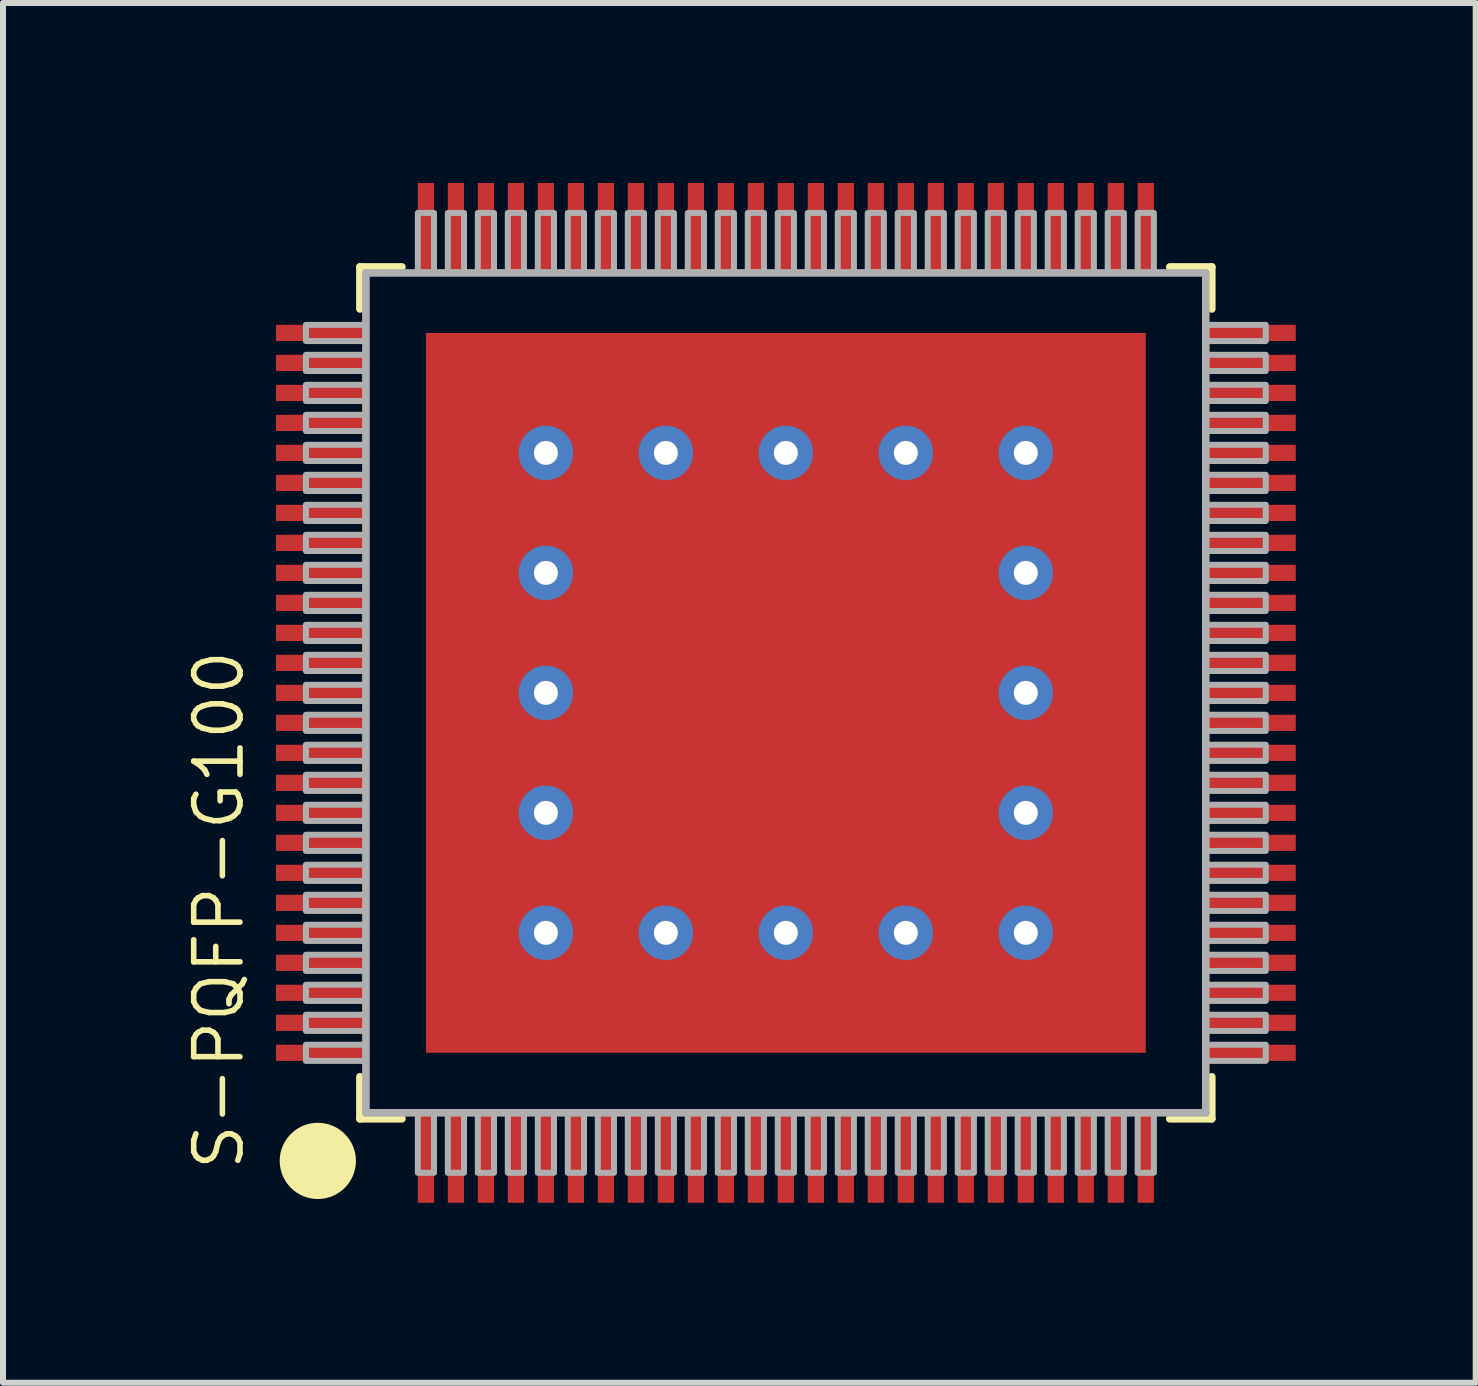
<source format=kicad_pcb>
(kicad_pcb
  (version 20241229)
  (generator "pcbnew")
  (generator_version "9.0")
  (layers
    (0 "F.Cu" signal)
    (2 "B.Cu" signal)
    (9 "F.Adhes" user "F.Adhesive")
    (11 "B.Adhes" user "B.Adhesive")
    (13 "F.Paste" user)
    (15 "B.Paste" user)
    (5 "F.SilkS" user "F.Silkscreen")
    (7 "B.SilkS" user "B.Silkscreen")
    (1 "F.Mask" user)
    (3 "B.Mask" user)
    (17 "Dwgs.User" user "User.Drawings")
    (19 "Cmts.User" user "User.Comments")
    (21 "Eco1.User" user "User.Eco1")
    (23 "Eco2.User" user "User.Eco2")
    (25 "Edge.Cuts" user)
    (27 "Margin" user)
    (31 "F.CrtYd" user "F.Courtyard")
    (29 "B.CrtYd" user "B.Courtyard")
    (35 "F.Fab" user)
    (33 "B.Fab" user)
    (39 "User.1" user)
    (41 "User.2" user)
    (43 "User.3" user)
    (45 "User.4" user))
  (footprint "S-PQFP-G100"
    (layer "F.Cu")
    (at 10.05 8.5)
    (property "Reference" "S-PQFP-G100" (at -9 8 90) (layer "F.SilkS") (effects (font (size 0.772 0.772) (thickness 0.093)) (justify left bottom)))
    (attr through_hole)
    (fp_poly (pts (xy -2.6 2.6) (xy 2.6 2.6) (xy 2.6 -2.6) (xy -2.6 -2.6)) (stroke (width 0) (type solid)) (fill yes) (layer "F.Mask"))
    (fp_line (start -7.1 -7.1) (end -7.1 -6.4) (stroke (width 0.127) (type solid)) (layer "F.SilkS"))
    (fp_line (start -7.1 6.4) (end -7.1 7.1) (stroke (width 0.127) (type solid)) (layer "F.SilkS"))
    (fp_line (start -7.1 7.1) (end -6.4 7.1) (stroke (width 0.127) (type solid)) (layer "F.SilkS"))
    (fp_line (start -6.4 -7.1) (end -7.1 -7.1) (stroke (width 0.127) (type solid)) (layer "F.SilkS"))
    (fp_line (start 6.4 -7.1) (end 7.1 -7.1) (stroke (width 0.127) (type solid)) (layer "F.SilkS"))
    (fp_line (start 6.4 7.1) (end 7.1 7.1) (stroke (width 0.127) (type solid)) (layer "F.SilkS"))
    (fp_line (start 7.1 -7.1) (end 7.1 -6.4) (stroke (width 0.127) (type solid)) (layer "F.SilkS"))
    (fp_line (start 7.1 7.1) (end 7.1 6.4) (stroke (width 0.127) (type solid)) (layer "F.SilkS"))
    (fp_circle (center -7.802 7.802) (end -7.484 7.802) (stroke (width 0.635) (type solid)) (fill no) (layer "F.SilkS"))
    (fp_poly (pts (xy -2.6 2.6) (xy 2.6 2.6) (xy 2.6 -2.6) (xy -2.6 -2.6)) (stroke (width 0) (type solid)) (fill yes) (layer "F.Paste"))
    (fp_line (start -7 -7) (end 7 -7) (stroke (width 0.127) (type solid)) (layer "F.Fab"))
    (fp_line (start -7 7) (end -7 -7) (stroke (width 0.127) (type solid)) (layer "F.Fab"))
    (fp_line (start 7 -7) (end 7 7) (stroke (width 0.127) (type solid)) (layer "F.Fab"))
    (fp_line (start 7 7) (end -7 7) (stroke (width 0.127) (type solid)) (layer "F.Fab"))
    (fp_poly (pts (xy -8 -5.865) (xy -7 -5.865) (xy -7 -6.135) (xy -8 -6.135)) (stroke (width 0.1) (type solid)) (fill no) (layer "F.Fab"))
    (fp_poly (pts (xy -8 -5.365) (xy -7 -5.365) (xy -7 -5.635) (xy -8 -5.635)) (stroke (width 0.1) (type solid)) (fill no) (layer "F.Fab"))
    (fp_poly (pts (xy -8 -4.865) (xy -7 -4.865) (xy -7 -5.135) (xy -8 -5.135)) (stroke (width 0.1) (type solid)) (fill no) (layer "F.Fab"))
    (fp_poly (pts (xy -8 -4.365) (xy -7 -4.365) (xy -7 -4.635) (xy -8 -4.635)) (stroke (width 0.1) (type solid)) (fill no) (layer "F.Fab"))
    (fp_poly (pts (xy -8 -3.865) (xy -7 -3.865) (xy -7 -4.135) (xy -8 -4.135)) (stroke (width 0.1) (type solid)) (fill no) (layer "F.Fab"))
    (fp_poly (pts (xy -8 -3.365) (xy -7 -3.365) (xy -7 -3.635) (xy -8 -3.635)) (stroke (width 0.1) (type solid)) (fill no) (layer "F.Fab"))
    (fp_poly (pts (xy -8 -2.865) (xy -7 -2.865) (xy -7 -3.135) (xy -8 -3.135)) (stroke (width 0.1) (type solid)) (fill no) (layer "F.Fab"))
    (fp_poly (pts (xy -8 -2.365) (xy -7 -2.365) (xy -7 -2.635) (xy -8 -2.635)) (stroke (width 0.1) (type solid)) (fill no) (layer "F.Fab"))
    (fp_poly (pts (xy -8 -1.865) (xy -7 -1.865) (xy -7 -2.135) (xy -8 -2.135)) (stroke (width 0.1) (type solid)) (fill no) (layer "F.Fab"))
    (fp_poly (pts (xy -8 -1.365) (xy -7 -1.365) (xy -7 -1.635) (xy -8 -1.635)) (stroke (width 0.1) (type solid)) (fill no) (layer "F.Fab"))
    (fp_poly (pts (xy -8 -0.865) (xy -7 -0.865) (xy -7 -1.135) (xy -8 -1.135)) (stroke (width 0.1) (type solid)) (fill no) (layer "F.Fab"))
    (fp_poly (pts (xy -8 -0.365) (xy -7 -0.365) (xy -7 -0.635) (xy -8 -0.635)) (stroke (width 0.1) (type solid)) (fill no) (layer "F.Fab"))
    (fp_poly (pts (xy -8 0.135) (xy -7 0.135) (xy -7 -0.135) (xy -8 -0.135)) (stroke (width 0.1) (type solid)) (fill no) (layer "F.Fab"))
    (fp_poly (pts (xy -8 0.635) (xy -7 0.635) (xy -7 0.365) (xy -8 0.365)) (stroke (width 0.1) (type solid)) (fill no) (layer "F.Fab"))
    (fp_poly (pts (xy -8 1.135) (xy -7 1.135) (xy -7 0.865) (xy -8 0.865)) (stroke (width 0.1) (type solid)) (fill no) (layer "F.Fab"))
    (fp_poly (pts (xy -8 1.635) (xy -7 1.635) (xy -7 1.365) (xy -8 1.365)) (stroke (width 0.1) (type solid)) (fill no) (layer "F.Fab"))
    (fp_poly (pts (xy -8 2.135) (xy -7 2.135) (xy -7 1.865) (xy -8 1.865)) (stroke (width 0.1) (type solid)) (fill no) (layer "F.Fab"))
    (fp_poly (pts (xy -8 2.635) (xy -7 2.635) (xy -7 2.365) (xy -8 2.365)) (stroke (width 0.1) (type solid)) (fill no) (layer "F.Fab"))
    (fp_poly (pts (xy -8 3.135) (xy -7 3.135) (xy -7 2.865) (xy -8 2.865)) (stroke (width 0.1) (type solid)) (fill no) (layer "F.Fab"))
    (fp_poly (pts (xy -8 3.635) (xy -7 3.635) (xy -7 3.365) (xy -8 3.365)) (stroke (width 0.1) (type solid)) (fill no) (layer "F.Fab"))
    (fp_poly (pts (xy -8 4.135) (xy -7 4.135) (xy -7 3.865) (xy -8 3.865)) (stroke (width 0.1) (type solid)) (fill no) (layer "F.Fab"))
    (fp_poly (pts (xy -8 4.635) (xy -7 4.635) (xy -7 4.365) (xy -8 4.365)) (stroke (width 0.1) (type solid)) (fill no) (layer "F.Fab"))
    (fp_poly (pts (xy -8 5.135) (xy -7 5.135) (xy -7 4.865) (xy -8 4.865)) (stroke (width 0.1) (type solid)) (fill no) (layer "F.Fab"))
    (fp_poly (pts (xy -8 5.635) (xy -7 5.635) (xy -7 5.365) (xy -8 5.365)) (stroke (width 0.1) (type solid)) (fill no) (layer "F.Fab"))
    (fp_poly (pts (xy -8 6.135) (xy -7 6.135) (xy -7 5.865) (xy -8 5.865)) (stroke (width 0.1) (type solid)) (fill no) (layer "F.Fab"))
    (fp_poly (pts (xy -6.135 -8) (xy -6.135 -7) (xy -5.865 -7) (xy -5.865 -8)) (stroke (width 0.1) (type solid)) (fill no) (layer "F.Fab"))
    (fp_poly (pts (xy -5.865 8) (xy -5.865 7) (xy -6.135 7) (xy -6.135 8)) (stroke (width 0.1) (type solid)) (fill no) (layer "F.Fab"))
    (fp_poly (pts (xy -5.635 -8) (xy -5.635 -7) (xy -5.365 -7) (xy -5.365 -8)) (stroke (width 0.1) (type solid)) (fill no) (layer "F.Fab"))
    (fp_poly (pts (xy -5.365 8) (xy -5.365 7) (xy -5.635 7) (xy -5.635 8)) (stroke (width 0.1) (type solid)) (fill no) (layer "F.Fab"))
    (fp_poly (pts (xy -5.135 -8) (xy -5.135 -7) (xy -4.865 -7) (xy -4.865 -8)) (stroke (width 0.1) (type solid)) (fill no) (layer "F.Fab"))
    (fp_poly (pts (xy -4.865 8) (xy -4.865 7) (xy -5.135 7) (xy -5.135 8)) (stroke (width 0.1) (type solid)) (fill no) (layer "F.Fab"))
    (fp_poly (pts (xy -4.635 -8) (xy -4.635 -7) (xy -4.365 -7) (xy -4.365 -8)) (stroke (width 0.1) (type solid)) (fill no) (layer "F.Fab"))
    (fp_poly (pts (xy -4.365 8) (xy -4.365 7) (xy -4.635 7) (xy -4.635 8)) (stroke (width 0.1) (type solid)) (fill no) (layer "F.Fab"))
    (fp_poly (pts (xy -4.135 -8) (xy -4.135 -7) (xy -3.865 -7) (xy -3.865 -8)) (stroke (width 0.1) (type solid)) (fill no) (layer "F.Fab"))
    (fp_poly (pts (xy -3.865 8) (xy -3.865 7) (xy -4.135 7) (xy -4.135 8)) (stroke (width 0.1) (type solid)) (fill no) (layer "F.Fab"))
    (fp_poly (pts (xy -3.635 -8) (xy -3.635 -7) (xy -3.365 -7) (xy -3.365 -8)) (stroke (width 0.1) (type solid)) (fill no) (layer "F.Fab"))
    (fp_poly (pts (xy -3.365 8) (xy -3.365 7) (xy -3.635 7) (xy -3.635 8)) (stroke (width 0.1) (type solid)) (fill no) (layer "F.Fab"))
    (fp_poly (pts (xy -3.135 -8) (xy -3.135 -7) (xy -2.865 -7) (xy -2.865 -8)) (stroke (width 0.1) (type solid)) (fill no) (layer "F.Fab"))
    (fp_poly (pts (xy -2.865 8) (xy -2.865 7) (xy -3.135 7) (xy -3.135 8)) (stroke (width 0.1) (type solid)) (fill no) (layer "F.Fab"))
    (fp_poly (pts (xy -2.635 -8) (xy -2.635 -7) (xy -2.365 -7) (xy -2.365 -8)) (stroke (width 0.1) (type solid)) (fill no) (layer "F.Fab"))
    (fp_poly (pts (xy -2.365 8) (xy -2.365 7) (xy -2.635 7) (xy -2.635 8)) (stroke (width 0.1) (type solid)) (fill no) (layer "F.Fab"))
    (fp_poly (pts (xy -2.135 -8) (xy -2.135 -7) (xy -1.865 -7) (xy -1.865 -8)) (stroke (width 0.1) (type solid)) (fill no) (layer "F.Fab"))
    (fp_poly (pts (xy -1.865 8) (xy -1.865 7) (xy -2.135 7) (xy -2.135 8)) (stroke (width 0.1) (type solid)) (fill no) (layer "F.Fab"))
    (fp_poly (pts (xy -1.635 -8) (xy -1.635 -7) (xy -1.365 -7) (xy -1.365 -8)) (stroke (width 0.1) (type solid)) (fill no) (layer "F.Fab"))
    (fp_poly (pts (xy -1.365 8) (xy -1.365 7) (xy -1.635 7) (xy -1.635 8)) (stroke (width 0.1) (type solid)) (fill no) (layer "F.Fab"))
    (fp_poly (pts (xy -1.135 -8) (xy -1.135 -7) (xy -0.865 -7) (xy -0.865 -8)) (stroke (width 0.1) (type solid)) (fill no) (layer "F.Fab"))
    (fp_poly (pts (xy -0.865 8) (xy -0.865 7) (xy -1.135 7) (xy -1.135 8)) (stroke (width 0.1) (type solid)) (fill no) (layer "F.Fab"))
    (fp_poly (pts (xy -0.635 -8) (xy -0.635 -7) (xy -0.365 -7) (xy -0.365 -8)) (stroke (width 0.1) (type solid)) (fill no) (layer "F.Fab"))
    (fp_poly (pts (xy -0.365 8) (xy -0.365 7) (xy -0.635 7) (xy -0.635 8)) (stroke (width 0.1) (type solid)) (fill no) (layer "F.Fab"))
    (fp_poly (pts (xy -0.135 -8) (xy -0.135 -7) (xy 0.135 -7) (xy 0.135 -8)) (stroke (width 0.1) (type solid)) (fill no) (layer "F.Fab"))
    (fp_poly (pts (xy 0.135 8) (xy 0.135 7) (xy -0.135 7) (xy -0.135 8)) (stroke (width 0.1) (type solid)) (fill no) (layer "F.Fab"))
    (fp_poly (pts (xy 0.365 -8) (xy 0.365 -7) (xy 0.635 -7) (xy 0.635 -8)) (stroke (width 0.1) (type solid)) (fill no) (layer "F.Fab"))
    (fp_poly (pts (xy 0.635 8) (xy 0.635 7) (xy 0.365 7) (xy 0.365 8)) (stroke (width 0.1) (type solid)) (fill no) (layer "F.Fab"))
    (fp_poly (pts (xy 0.865 -8) (xy 0.865 -7) (xy 1.135 -7) (xy 1.135 -8)) (stroke (width 0.1) (type solid)) (fill no) (layer "F.Fab"))
    (fp_poly (pts (xy 1.135 8) (xy 1.135 7) (xy 0.865 7) (xy 0.865 8)) (stroke (width 0.1) (type solid)) (fill no) (layer "F.Fab"))
    (fp_poly (pts (xy 1.365 -8) (xy 1.365 -7) (xy 1.635 -7) (xy 1.635 -8)) (stroke (width 0.1) (type solid)) (fill no) (layer "F.Fab"))
    (fp_poly (pts (xy 1.635 8) (xy 1.635 7) (xy 1.365 7) (xy 1.365 8)) (stroke (width 0.1) (type solid)) (fill no) (layer "F.Fab"))
    (fp_poly (pts (xy 1.865 -8) (xy 1.865 -7) (xy 2.135 -7) (xy 2.135 -8)) (stroke (width 0.1) (type solid)) (fill no) (layer "F.Fab"))
    (fp_poly (pts (xy 2.135 8) (xy 2.135 7) (xy 1.865 7) (xy 1.865 8)) (stroke (width 0.1) (type solid)) (fill no) (layer "F.Fab"))
    (fp_poly (pts (xy 2.365 -8) (xy 2.365 -7) (xy 2.635 -7) (xy 2.635 -8)) (stroke (width 0.1) (type solid)) (fill no) (layer "F.Fab"))
    (fp_poly (pts (xy 2.635 8) (xy 2.635 7) (xy 2.365 7) (xy 2.365 8)) (stroke (width 0.1) (type solid)) (fill no) (layer "F.Fab"))
    (fp_poly (pts (xy 2.865 -8) (xy 2.865 -7) (xy 3.135 -7) (xy 3.135 -8)) (stroke (width 0.1) (type solid)) (fill no) (layer "F.Fab"))
    (fp_poly (pts (xy 3.135 8) (xy 3.135 7) (xy 2.865 7) (xy 2.865 8)) (stroke (width 0.1) (type solid)) (fill no) (layer "F.Fab"))
    (fp_poly (pts (xy 3.365 -8) (xy 3.365 -7) (xy 3.635 -7) (xy 3.635 -8)) (stroke (width 0.1) (type solid)) (fill no) (layer "F.Fab"))
    (fp_poly (pts (xy 3.635 8) (xy 3.635 7) (xy 3.365 7) (xy 3.365 8)) (stroke (width 0.1) (type solid)) (fill no) (layer "F.Fab"))
    (fp_poly (pts (xy 3.865 -8) (xy 3.865 -7) (xy 4.135 -7) (xy 4.135 -8)) (stroke (width 0.1) (type solid)) (fill no) (layer "F.Fab"))
    (fp_poly (pts (xy 4.135 8) (xy 4.135 7) (xy 3.865 7) (xy 3.865 8)) (stroke (width 0.1) (type solid)) (fill no) (layer "F.Fab"))
    (fp_poly (pts (xy 4.365 -8) (xy 4.365 -7) (xy 4.635 -7) (xy 4.635 -8)) (stroke (width 0.1) (type solid)) (fill no) (layer "F.Fab"))
    (fp_poly (pts (xy 4.635 8) (xy 4.635 7) (xy 4.365 7) (xy 4.365 8)) (stroke (width 0.1) (type solid)) (fill no) (layer "F.Fab"))
    (fp_poly (pts (xy 4.865 -8) (xy 4.865 -7) (xy 5.135 -7) (xy 5.135 -8)) (stroke (width 0.1) (type solid)) (fill no) (layer "F.Fab"))
    (fp_poly (pts (xy 5.135 8) (xy 5.135 7) (xy 4.865 7) (xy 4.865 8)) (stroke (width 0.1) (type solid)) (fill no) (layer "F.Fab"))
    (fp_poly (pts (xy 5.365 -8) (xy 5.365 -7) (xy 5.635 -7) (xy 5.635 -8)) (stroke (width 0.1) (type solid)) (fill no) (layer "F.Fab"))
    (fp_poly (pts (xy 5.635 8) (xy 5.635 7) (xy 5.365 7) (xy 5.365 8)) (stroke (width 0.1) (type solid)) (fill no) (layer "F.Fab"))
    (fp_poly (pts (xy 5.865 -8) (xy 5.865 -7) (xy 6.135 -7) (xy 6.135 -8)) (stroke (width 0.1) (type solid)) (fill no) (layer "F.Fab"))
    (fp_poly (pts (xy 6.135 8) (xy 6.135 7) (xy 5.865 7) (xy 5.865 8)) (stroke (width 0.1) (type solid)) (fill no) (layer "F.Fab"))
    (fp_poly (pts (xy 8 -6.135) (xy 7 -6.135) (xy 7 -5.865) (xy 8 -5.865)) (stroke (width 0.1) (type solid)) (fill no) (layer "F.Fab"))
    (fp_poly (pts (xy 8 -5.635) (xy 7 -5.635) (xy 7 -5.365) (xy 8 -5.365)) (stroke (width 0.1) (type solid)) (fill no) (layer "F.Fab"))
    (fp_poly (pts (xy 8 -5.135) (xy 7 -5.135) (xy 7 -4.865) (xy 8 -4.865)) (stroke (width 0.1) (type solid)) (fill no) (layer "F.Fab"))
    (fp_poly (pts (xy 8 -4.635) (xy 7 -4.635) (xy 7 -4.365) (xy 8 -4.365)) (stroke (width 0.1) (type solid)) (fill no) (layer "F.Fab"))
    (fp_poly (pts (xy 8 -4.135) (xy 7 -4.135) (xy 7 -3.865) (xy 8 -3.865)) (stroke (width 0.1) (type solid)) (fill no) (layer "F.Fab"))
    (fp_poly (pts (xy 8 -3.635) (xy 7 -3.635) (xy 7 -3.365) (xy 8 -3.365)) (stroke (width 0.1) (type solid)) (fill no) (layer "F.Fab"))
    (fp_poly (pts (xy 8 -3.135) (xy 7 -3.135) (xy 7 -2.865) (xy 8 -2.865)) (stroke (width 0.1) (type solid)) (fill no) (layer "F.Fab"))
    (fp_poly (pts (xy 8 -2.635) (xy 7 -2.635) (xy 7 -2.365) (xy 8 -2.365)) (stroke (width 0.1) (type solid)) (fill no) (layer "F.Fab"))
    (fp_poly (pts (xy 8 -2.135) (xy 7 -2.135) (xy 7 -1.865) (xy 8 -1.865)) (stroke (width 0.1) (type solid)) (fill no) (layer "F.Fab"))
    (fp_poly (pts (xy 8 -1.635) (xy 7 -1.635) (xy 7 -1.365) (xy 8 -1.365)) (stroke (width 0.1) (type solid)) (fill no) (layer "F.Fab"))
    (fp_poly (pts (xy 8 -1.135) (xy 7 -1.135) (xy 7 -0.865) (xy 8 -0.865)) (stroke (width 0.1) (type solid)) (fill no) (layer "F.Fab"))
    (fp_poly (pts (xy 8 -0.635) (xy 7 -0.635) (xy 7 -0.365) (xy 8 -0.365)) (stroke (width 0.1) (type solid)) (fill no) (layer "F.Fab"))
    (fp_poly (pts (xy 8 -0.135) (xy 7 -0.135) (xy 7 0.135) (xy 8 0.135)) (stroke (width 0.1) (type solid)) (fill no) (layer "F.Fab"))
    (fp_poly (pts (xy 8 0.365) (xy 7 0.365) (xy 7 0.635) (xy 8 0.635)) (stroke (width 0.1) (type solid)) (fill no) (layer "F.Fab"))
    (fp_poly (pts (xy 8 0.865) (xy 7 0.865) (xy 7 1.135) (xy 8 1.135)) (stroke (width 0.1) (type solid)) (fill no) (layer "F.Fab"))
    (fp_poly (pts (xy 8 1.365) (xy 7 1.365) (xy 7 1.635) (xy 8 1.635)) (stroke (width 0.1) (type solid)) (fill no) (layer "F.Fab"))
    (fp_poly (pts (xy 8 1.865) (xy 7 1.865) (xy 7 2.135) (xy 8 2.135)) (stroke (width 0.1) (type solid)) (fill no) (layer "F.Fab"))
    (fp_poly (pts (xy 8 2.365) (xy 7 2.365) (xy 7 2.635) (xy 8 2.635)) (stroke (width 0.1) (type solid)) (fill no) (layer "F.Fab"))
    (fp_poly (pts (xy 8 2.865) (xy 7 2.865) (xy 7 3.135) (xy 8 3.135)) (stroke (width 0.1) (type solid)) (fill no) (layer "F.Fab"))
    (fp_poly (pts (xy 8 3.365) (xy 7 3.365) (xy 7 3.635) (xy 8 3.635)) (stroke (width 0.1) (type solid)) (fill no) (layer "F.Fab"))
    (fp_poly (pts (xy 8 3.865) (xy 7 3.865) (xy 7 4.135) (xy 8 4.135)) (stroke (width 0.1) (type solid)) (fill no) (layer "F.Fab"))
    (fp_poly (pts (xy 8 4.365) (xy 7 4.365) (xy 7 4.635) (xy 8 4.635)) (stroke (width 0.1) (type solid)) (fill no) (layer "F.Fab"))
    (fp_poly (pts (xy 8 4.865) (xy 7 4.865) (xy 7 5.135) (xy 8 5.135)) (stroke (width 0.1) (type solid)) (fill no) (layer "F.Fab"))
    (fp_poly (pts (xy 8 5.365) (xy 7 5.365) (xy 7 5.635) (xy 8 5.635)) (stroke (width 0.1) (type solid)) (fill no) (layer "F.Fab"))
    (fp_poly (pts (xy 8 5.865) (xy 7 5.865) (xy 7 6.135) (xy 8 6.135)) (stroke (width 0.1) (type solid)) (fill no) (layer "F.Fab"))
    (pad "1" smd rect (at -6 7.75) (size 0.27 1.5) (layers "F.Cu" "F.Mask" "F.Paste"))
    (pad "2" smd rect (at -5.5 7.75) (size 0.27 1.5) (layers "F.Cu" "F.Mask" "F.Paste"))
    (pad "3" smd rect (at -5 7.75) (size 0.27 1.5) (layers "F.Cu" "F.Mask" "F.Paste"))
    (pad "4" smd rect (at -4.5 7.75) (size 0.27 1.5) (layers "F.Cu" "F.Mask" "F.Paste"))
    (pad "5" smd rect (at -4 7.75) (size 0.27 1.5) (layers "F.Cu" "F.Mask" "F.Paste"))
    (pad "6" smd rect (at -3.5 7.75) (size 0.27 1.5) (layers "F.Cu" "F.Mask" "F.Paste"))
    (pad "7" smd rect (at -3 7.75) (size 0.27 1.5) (layers "F.Cu" "F.Mask" "F.Paste"))
    (pad "8" smd rect (at -2.5 7.75) (size 0.27 1.5) (layers "F.Cu" "F.Mask" "F.Paste"))
    (pad "9" smd rect (at -2 7.75) (size 0.27 1.5) (layers "F.Cu" "F.Mask" "F.Paste"))
    (pad "10" smd rect (at -1.5 7.75) (size 0.27 1.5) (layers "F.Cu" "F.Mask" "F.Paste"))
    (pad "11" smd rect (at -1 7.75) (size 0.27 1.5) (layers "F.Cu" "F.Mask" "F.Paste"))
    (pad "12" smd rect (at -0.5 7.75) (size 0.27 1.5) (layers "F.Cu" "F.Mask" "F.Paste"))
    (pad "13" smd rect (at 0 7.75) (size 0.27 1.5) (layers "F.Cu" "F.Mask" "F.Paste"))
    (pad "14" smd rect (at 0.5 7.75) (size 0.27 1.5) (layers "F.Cu" "F.Mask" "F.Paste"))
    (pad "15" smd rect (at 1 7.75) (size 0.27 1.5) (layers "F.Cu" "F.Mask" "F.Paste"))
    (pad "16" smd rect (at 1.5 7.75) (size 0.27 1.5) (layers "F.Cu" "F.Mask" "F.Paste"))
    (pad "17" smd rect (at 2 7.75) (size 0.27 1.5) (layers "F.Cu" "F.Mask" "F.Paste"))
    (pad "18" smd rect (at 2.5 7.75) (size 0.27 1.5) (layers "F.Cu" "F.Mask" "F.Paste"))
    (pad "19" smd rect (at 3 7.75) (size 0.27 1.5) (layers "F.Cu" "F.Mask" "F.Paste"))
    (pad "20" smd rect (at 3.5 7.75) (size 0.27 1.5) (layers "F.Cu" "F.Mask" "F.Paste"))
    (pad "21" smd rect (at 4 7.75) (size 0.27 1.5) (layers "F.Cu" "F.Mask" "F.Paste"))
    (pad "22" smd rect (at 4.5 7.75) (size 0.27 1.5) (layers "F.Cu" "F.Mask" "F.Paste"))
    (pad "23" smd rect (at 5 7.75) (size 0.27 1.5) (layers "F.Cu" "F.Mask" "F.Paste"))
    (pad "24" smd rect (at 5.5 7.75) (size 0.27 1.5) (layers "F.Cu" "F.Mask" "F.Paste"))
    (pad "25" smd rect (at 6 7.75) (size 0.27 1.5) (layers "F.Cu" "F.Mask" "F.Paste"))
    (pad "26" smd rect (at 7.75 6) (size 1.5 0.27) (layers "F.Cu" "F.Mask" "F.Paste"))
    (pad "27" smd rect (at 7.75 5.5) (size 1.5 0.27) (layers "F.Cu" "F.Mask" "F.Paste"))
    (pad "28" smd rect (at 7.75 5) (size 1.5 0.27) (layers "F.Cu" "F.Mask" "F.Paste"))
    (pad "29" smd rect (at 7.75 4.5) (size 1.5 0.27) (layers "F.Cu" "F.Mask" "F.Paste"))
    (pad "30" smd rect (at 7.75 4) (size 1.5 0.27) (layers "F.Cu" "F.Mask" "F.Paste"))
    (pad "31" smd rect (at 7.75 3.5) (size 1.5 0.27) (layers "F.Cu" "F.Mask" "F.Paste"))
    (pad "32" smd rect (at 7.75 3) (size 1.5 0.27) (layers "F.Cu" "F.Mask" "F.Paste"))
    (pad "33" smd rect (at 7.75 2.5) (size 1.5 0.27) (layers "F.Cu" "F.Mask" "F.Paste"))
    (pad "34" smd rect (at 7.75 2) (size 1.5 0.27) (layers "F.Cu" "F.Mask" "F.Paste"))
    (pad "35" smd rect (at 7.75 1.5) (size 1.5 0.27) (layers "F.Cu" "F.Mask" "F.Paste"))
    (pad "36" smd rect (at 7.75 1) (size 1.5 0.27) (layers "F.Cu" "F.Mask" "F.Paste"))
    (pad "37" smd rect (at 7.75 0.5) (size 1.5 0.27) (layers "F.Cu" "F.Mask" "F.Paste"))
    (pad "38" smd rect (at 7.75 0) (size 1.5 0.27) (layers "F.Cu" "F.Mask" "F.Paste"))
    (pad "39" smd rect (at 7.75 -0.5) (size 1.5 0.27) (layers "F.Cu" "F.Mask" "F.Paste"))
    (pad "40" smd rect (at 7.75 -1) (size 1.5 0.27) (layers "F.Cu" "F.Mask" "F.Paste"))
    (pad "41" smd rect (at 7.75 -1.5) (size 1.5 0.27) (layers "F.Cu" "F.Mask" "F.Paste"))
    (pad "42" smd rect (at 7.75 -2) (size 1.5 0.27) (layers "F.Cu" "F.Mask" "F.Paste"))
    (pad "43" smd rect (at 7.75 -2.5) (size 1.5 0.27) (layers "F.Cu" "F.Mask" "F.Paste"))
    (pad "44" smd rect (at 7.75 -3) (size 1.5 0.27) (layers "F.Cu" "F.Mask" "F.Paste"))
    (pad "45" smd rect (at 7.75 -3.5) (size 1.5 0.27) (layers "F.Cu" "F.Mask" "F.Paste"))
    (pad "46" smd rect (at 7.75 -4) (size 1.5 0.27) (layers "F.Cu" "F.Mask" "F.Paste"))
    (pad "47" smd rect (at 7.75 -4.5) (size 1.5 0.27) (layers "F.Cu" "F.Mask" "F.Paste"))
    (pad "48" smd rect (at 7.75 -5) (size 1.5 0.27) (layers "F.Cu" "F.Mask" "F.Paste"))
    (pad "49" smd rect (at 7.75 -5.5) (size 1.5 0.27) (layers "F.Cu" "F.Mask" "F.Paste"))
    (pad "50" smd rect (at 7.75 -6) (size 1.5 0.27) (layers "F.Cu" "F.Mask" "F.Paste"))
    (pad "51" smd rect (at 6 -7.75) (size 0.27 1.5) (layers "F.Cu" "F.Mask" "F.Paste"))
    (pad "52" smd rect (at 5.5 -7.75) (size 0.27 1.5) (layers "F.Cu" "F.Mask" "F.Paste"))
    (pad "53" smd rect (at 5 -7.75) (size 0.27 1.5) (layers "F.Cu" "F.Mask" "F.Paste"))
    (pad "54" smd rect (at 4.5 -7.75) (size 0.27 1.5) (layers "F.Cu" "F.Mask" "F.Paste"))
    (pad "55" smd rect (at 4 -7.75) (size 0.27 1.5) (layers "F.Cu" "F.Mask" "F.Paste"))
    (pad "56" smd rect (at 3.5 -7.75) (size 0.27 1.5) (layers "F.Cu" "F.Mask" "F.Paste"))
    (pad "57" smd rect (at 3 -7.75) (size 0.27 1.5) (layers "F.Cu" "F.Mask" "F.Paste"))
    (pad "58" smd rect (at 2.5 -7.75) (size 0.27 1.5) (layers "F.Cu" "F.Mask" "F.Paste"))
    (pad "59" smd rect (at 2 -7.75) (size 0.27 1.5) (layers "F.Cu" "F.Mask" "F.Paste"))
    (pad "60" smd rect (at 1.5 -7.75) (size 0.27 1.5) (layers "F.Cu" "F.Mask" "F.Paste"))
    (pad "61" smd rect (at 1 -7.75) (size 0.27 1.5) (layers "F.Cu" "F.Mask" "F.Paste"))
    (pad "62" smd rect (at 0.5 -7.75) (size 0.27 1.5) (layers "F.Cu" "F.Mask" "F.Paste"))
    (pad "63" smd rect (at 0 -7.75) (size 0.27 1.5) (layers "F.Cu" "F.Mask" "F.Paste"))
    (pad "64" smd rect (at -0.5 -7.75) (size 0.27 1.5) (layers "F.Cu" "F.Mask" "F.Paste"))
    (pad "65" smd rect (at -1 -7.75) (size 0.27 1.5) (layers "F.Cu" "F.Mask" "F.Paste"))
    (pad "66" smd rect (at -1.5 -7.75) (size 0.27 1.5) (layers "F.Cu" "F.Mask" "F.Paste"))
    (pad "67" smd rect (at -2 -7.75) (size 0.27 1.5) (layers "F.Cu" "F.Mask" "F.Paste"))
    (pad "68" smd rect (at -2.5 -7.75) (size 0.27 1.5) (layers "F.Cu" "F.Mask" "F.Paste"))
    (pad "69" smd rect (at -3 -7.75) (size 0.27 1.5) (layers "F.Cu" "F.Mask" "F.Paste"))
    (pad "70" smd rect (at -3.5 -7.75) (size 0.27 1.5) (layers "F.Cu" "F.Mask" "F.Paste"))
    (pad "71" smd rect (at -4 -7.75) (size 0.27 1.5) (layers "F.Cu" "F.Mask" "F.Paste"))
    (pad "72" smd rect (at -4.5 -7.75) (size 0.27 1.5) (layers "F.Cu" "F.Mask" "F.Paste"))
    (pad "73" smd rect (at -5 -7.75) (size 0.27 1.5) (layers "F.Cu" "F.Mask" "F.Paste"))
    (pad "74" smd rect (at -5.5 -7.75) (size 0.27 1.5) (layers "F.Cu" "F.Mask" "F.Paste"))
    (pad "75" smd rect (at -6 -7.75) (size 0.27 1.5) (layers "F.Cu" "F.Mask" "F.Paste"))
    (pad "76" smd rect (at -7.75 -6) (size 1.5 0.27) (layers "F.Cu" "F.Mask" "F.Paste"))
    (pad "77" smd rect (at -7.75 -5.5) (size 1.5 0.27) (layers "F.Cu" "F.Mask" "F.Paste"))
    (pad "78" smd rect (at -7.75 -5) (size 1.5 0.27) (layers "F.Cu" "F.Mask" "F.Paste"))
    (pad "79" smd rect (at -7.75 -4.5) (size 1.5 0.27) (layers "F.Cu" "F.Mask" "F.Paste"))
    (pad "80" smd rect (at -7.75 -4) (size 1.5 0.27) (layers "F.Cu" "F.Mask" "F.Paste"))
    (pad "81" smd rect (at -7.75 -3.5) (size 1.5 0.27) (layers "F.Cu" "F.Mask" "F.Paste"))
    (pad "82" smd rect (at -7.75 -3) (size 1.5 0.27) (layers "F.Cu" "F.Mask" "F.Paste"))
    (pad "83" smd rect (at -7.75 -2.5) (size 1.5 0.27) (layers "F.Cu" "F.Mask" "F.Paste"))
    (pad "84" smd rect (at -7.75 -2) (size 1.5 0.27) (layers "F.Cu" "F.Mask" "F.Paste"))
    (pad "85" smd rect (at -7.75 -1.5) (size 1.5 0.27) (layers "F.Cu" "F.Mask" "F.Paste"))
    (pad "86" smd rect (at -7.75 -1) (size 1.5 0.27) (layers "F.Cu" "F.Mask" "F.Paste"))
    (pad "87" smd rect (at -7.75 -0.5) (size 1.5 0.27) (layers "F.Cu" "F.Mask" "F.Paste"))
    (pad "88" smd rect (at -7.75 0) (size 1.5 0.27) (layers "F.Cu" "F.Mask" "F.Paste"))
    (pad "89" smd rect (at -7.75 0.5) (size 1.5 0.27) (layers "F.Cu" "F.Mask" "F.Paste"))
    (pad "90" smd rect (at -7.75 1) (size 1.5 0.27) (layers "F.Cu" "F.Mask" "F.Paste"))
    (pad "91" smd rect (at -7.75 1.5) (size 1.5 0.27) (layers "F.Cu" "F.Mask" "F.Paste"))
    (pad "92" smd rect (at -7.75 2) (size 1.5 0.27) (layers "F.Cu" "F.Mask" "F.Paste"))
    (pad "93" smd rect (at -7.75 2.5) (size 1.5 0.27) (layers "F.Cu" "F.Mask" "F.Paste"))
    (pad "94" smd rect (at -7.75 3) (size 1.5 0.27) (layers "F.Cu" "F.Mask" "F.Paste"))
    (pad "95" smd rect (at -7.75 3.5) (size 1.5 0.27) (layers "F.Cu" "F.Mask" "F.Paste"))
    (pad "96" smd rect (at -7.75 4) (size 1.5 0.27) (layers "F.Cu" "F.Mask" "F.Paste"))
    (pad "97" smd rect (at -7.75 4.5) (size 1.5 0.27) (layers "F.Cu" "F.Mask" "F.Paste"))
    (pad "98" smd rect (at -7.75 5) (size 1.5 0.27) (layers "F.Cu" "F.Mask" "F.Paste"))
    (pad "99" smd rect (at -7.75 5.5) (size 1.5 0.27) (layers "F.Cu" "F.Mask" "F.Paste"))
    (pad "100" smd rect (at -7.75 6) (size 1.5 0.27) (layers "F.Cu" "F.Mask" "F.Paste"))
    (pad "P$1" thru_hole circle (at -4 -4) (size 0.908 0.908) (drill 0.4) (layers "*.Cu" "*.Mask"))
    (pad "P$2" thru_hole circle (at -2 -4) (size 0.908 0.908) (drill 0.4) (layers "*.Cu" "*.Mask"))
    (pad "P$3" thru_hole circle (at 0 -4) (size 0.908 0.908) (drill 0.4) (layers "*.Cu" "*.Mask"))
    (pad "P$4" thru_hole circle (at 2 -4) (size 0.908 0.908) (drill 0.4) (layers "*.Cu" "*.Mask"))
    (pad "P$5" thru_hole circle (at 4 -4) (size 0.908 0.908) (drill 0.4) (layers "*.Cu" "*.Mask"))
    (pad "P$6" thru_hole circle (at 4 -2) (size 0.908 0.908) (drill 0.4) (layers "*.Cu" "*.Mask"))
    (pad "P$7" thru_hole circle (at 4 0) (size 0.908 0.908) (drill 0.4) (layers "*.Cu" "*.Mask"))
    (pad "P$8" thru_hole circle (at 4 2) (size 0.908 0.908) (drill 0.4) (layers "*.Cu" "*.Mask"))
    (pad "P$9" thru_hole circle (at 4 4) (size 0.908 0.908) (drill 0.4) (layers "*.Cu" "*.Mask"))
    (pad "P$10" thru_hole circle (at 2 4) (size 0.908 0.908) (drill 0.4) (layers "*.Cu" "*.Mask"))
    (pad "P$11" thru_hole circle (at 0 4) (size 0.908 0.908) (drill 0.4) (layers "*.Cu" "*.Mask"))
    (pad "P$12" thru_hole circle (at -2 4) (size 0.908 0.908) (drill 0.4) (layers "*.Cu" "*.Mask"))
    (pad "P$13" thru_hole circle (at -4 4) (size 0.908 0.908) (drill 0.4) (layers "*.Cu" "*.Mask"))
    (pad "P$14" thru_hole circle (at -4 2) (size 0.908 0.908) (drill 0.4) (layers "*.Cu" "*.Mask"))
    (pad "P$15" thru_hole circle (at -4 0) (size 0.908 0.908) (drill 0.4) (layers "*.Cu" "*.Mask"))
    (pad "P$16" thru_hole circle (at -4 -2) (size 0.908 0.908) (drill 0.4) (layers "*.Cu" "*.Mask"))
    (pad "THERMAL" smd rect (at 0 0) (size 12 12) (layers "F.Cu" "F.Mask")))
  (gr_rect
    (start -3 -3)
    (end 21.55 20)
    (stroke (width 0.1) (type default))
    (fill no)
    (layer "Edge.Cuts")))
</source>
